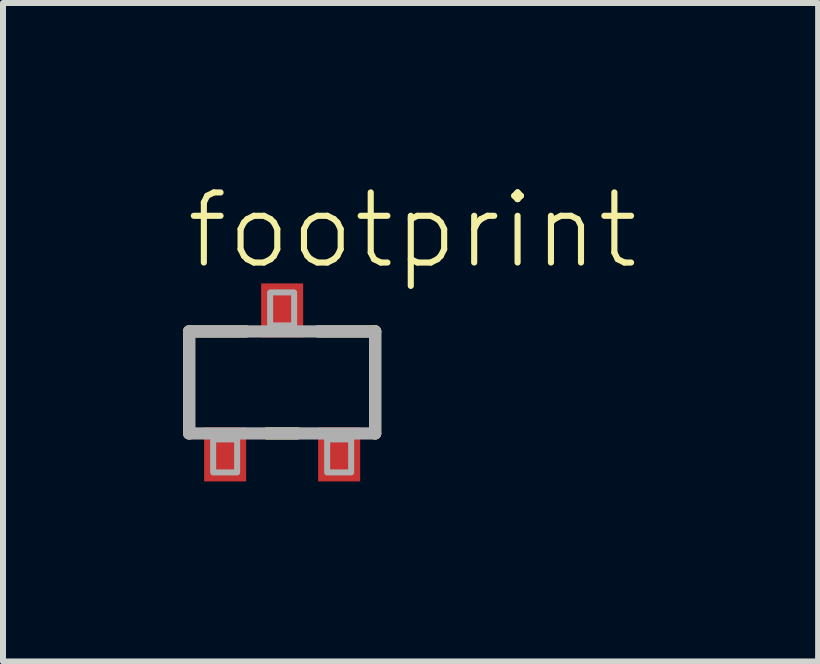
<source format=kicad_pcb>
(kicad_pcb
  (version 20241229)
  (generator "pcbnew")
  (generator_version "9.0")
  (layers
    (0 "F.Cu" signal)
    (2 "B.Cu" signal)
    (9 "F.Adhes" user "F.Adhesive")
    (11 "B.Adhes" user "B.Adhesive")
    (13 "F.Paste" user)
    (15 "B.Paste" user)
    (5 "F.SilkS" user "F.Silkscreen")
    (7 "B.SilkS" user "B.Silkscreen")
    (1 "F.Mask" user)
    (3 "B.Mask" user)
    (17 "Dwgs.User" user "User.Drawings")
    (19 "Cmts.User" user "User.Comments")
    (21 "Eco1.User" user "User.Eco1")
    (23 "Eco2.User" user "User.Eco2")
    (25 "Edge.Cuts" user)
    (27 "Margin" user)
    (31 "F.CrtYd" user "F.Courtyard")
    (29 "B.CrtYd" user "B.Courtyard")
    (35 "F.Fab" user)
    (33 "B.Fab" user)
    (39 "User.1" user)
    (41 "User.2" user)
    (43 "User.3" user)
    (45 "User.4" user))
  (footprint "footprint"
    (layer "F.Cu")
    (at 1.652 3.323)
    (property "Reference" "footprint" (at -1.65 -1.85 0) (layer "F.SilkS") (effects (font (size 1.168 1.168) (thickness 0.102)) (justify left bottom)))
    (fp_line (start -1.55 -0.85) (end -0.6 -0.85) (stroke (width 0.203) (type solid)) (layer "F.SilkS"))
    (fp_line (start -1.55 0.85) (end -1.55 -0.85) (stroke (width 0.203) (type solid)) (layer "F.SilkS"))
    (fp_line (start 0.25 0.85) (end -0.25 0.85) (stroke (width 0.203) (type solid)) (layer "F.SilkS"))
    (fp_line (start 0.6 -0.85) (end 1.55 -0.85) (stroke (width 0.203) (type solid)) (layer "F.SilkS"))
    (fp_line (start 1.55 -0.85) (end 1.55 0.85) (stroke (width 0.203) (type solid)) (layer "F.SilkS"))
    (fp_line (start -1.55 -0.85) (end 1.55 -0.85) (stroke (width 0.203) (type solid)) (layer "F.Fab"))
    (fp_line (start -1.55 0.85) (end -1.55 -0.85) (stroke (width 0.203) (type solid)) (layer "F.Fab"))
    (fp_line (start 1.55 -0.85) (end 1.55 0.85) (stroke (width 0.203) (type solid)) (layer "F.Fab"))
    (fp_line (start 1.55 0.85) (end -1.55 0.85) (stroke (width 0.203) (type solid)) (layer "F.Fab"))
    (fp_poly (pts (xy -1.15 1.5) (xy -0.75 1.5) (xy -0.75 0.95) (xy -1.15 0.95)) (stroke (width 0.1) (type solid)) (fill no) (layer "F.Fab"))
    (fp_poly (pts (xy -0.2 -0.95) (xy 0.2 -0.95) (xy 0.2 -1.5) (xy -0.2 -1.5)) (stroke (width 0.1) (type solid)) (fill no) (layer "F.Fab"))
    (fp_poly (pts (xy 0.75 1.5) (xy 1.15 1.5) (xy 1.15 0.95) (xy 0.75 0.95)) (stroke (width 0.1) (type solid)) (fill no) (layer "F.Fab"))
    (pad "1" smd rect (at -0.95 1.2) (size 0.7 0.9) (layers "F.Cu" "F.Mask" "F.Paste"))
    (pad "2" smd rect (at 0.95 1.2) (size 0.7 0.9) (layers "F.Cu" "F.Mask" "F.Paste"))
    (pad "3" smd rect (at 0 -1.2) (size 0.7 0.9) (layers "F.Cu" "F.Mask" "F.Paste")))
  (gr_rect
    (start -3 -3)
    (end 10.584 7.973)
    (stroke (width 0.1) (type default))
    (fill no)
    (layer "Edge.Cuts")))
</source>
